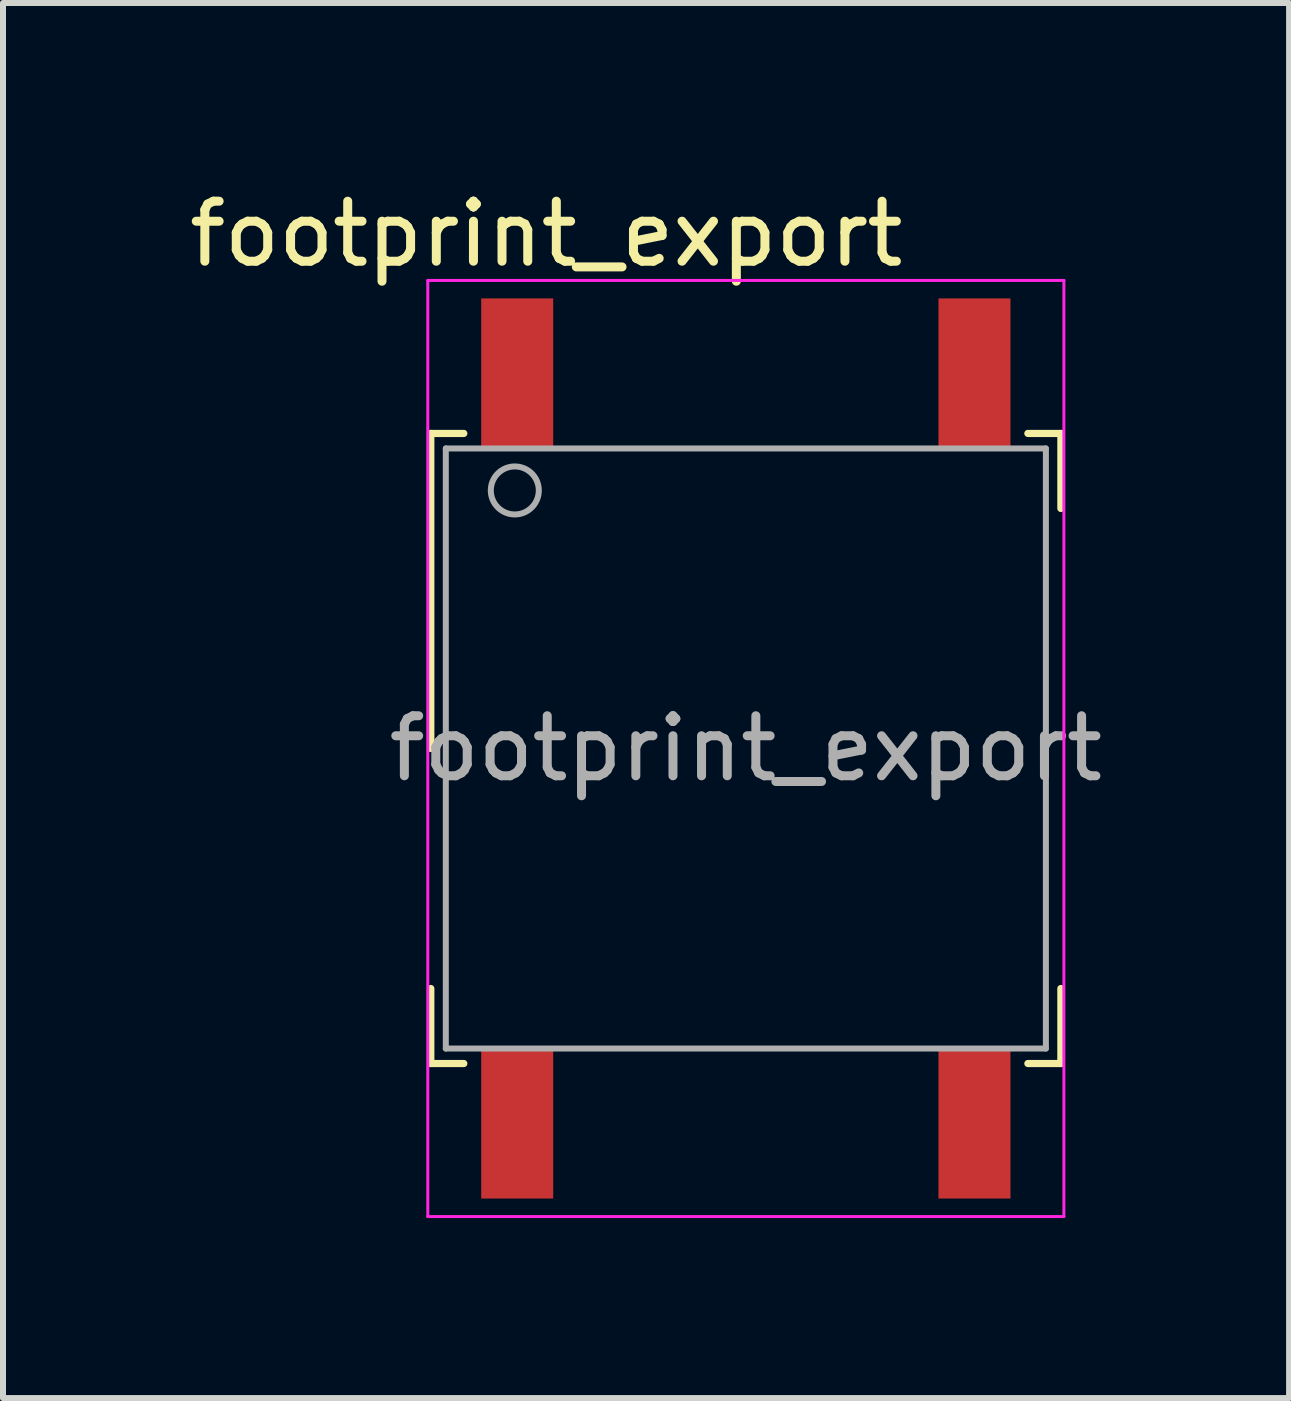
<source format=kicad_pcb>
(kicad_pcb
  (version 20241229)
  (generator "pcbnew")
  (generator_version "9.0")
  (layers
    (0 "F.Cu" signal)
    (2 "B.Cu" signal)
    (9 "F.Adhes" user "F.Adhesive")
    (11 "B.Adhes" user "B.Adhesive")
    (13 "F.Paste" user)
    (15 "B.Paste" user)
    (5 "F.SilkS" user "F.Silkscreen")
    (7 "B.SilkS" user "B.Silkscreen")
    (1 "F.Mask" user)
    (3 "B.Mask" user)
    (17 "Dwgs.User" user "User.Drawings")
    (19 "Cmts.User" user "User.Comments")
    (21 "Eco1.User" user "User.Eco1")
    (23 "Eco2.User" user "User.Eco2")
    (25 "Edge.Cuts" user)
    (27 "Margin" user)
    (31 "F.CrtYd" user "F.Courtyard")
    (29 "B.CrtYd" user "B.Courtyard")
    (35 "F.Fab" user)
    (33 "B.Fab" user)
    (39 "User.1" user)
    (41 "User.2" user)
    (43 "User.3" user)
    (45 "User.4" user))
  (footprint "footprint_export"
    (layer "F.Cu")
    (at 9.379 9.423)
    (property "Reference" "footprint_export" (at -3.325 -8.575 180) (layer "F.SilkS") (effects (font (size 1 1) (thickness 0.15))))
    (attr smd)
    (fp_line (start -5.25 -5.25) (end -5.25 0) (stroke (width 0.12) (type solid)) (layer "F.SilkS"))
    (fp_line (start -5.25 5.25) (end -5.25 4) (stroke (width 0.12) (type solid)) (layer "F.SilkS"))
    (fp_line (start -4.7 -5.25) (end -5.25 -5.25) (stroke (width 0.12) (type solid)) (layer "F.SilkS"))
    (fp_line (start -4.7 5.25) (end -5.25 5.25) (stroke (width 0.12) (type solid)) (layer "F.SilkS"))
    (fp_line (start 4.7 -5.25) (end 5.25 -5.25) (stroke (width 0.12) (type solid)) (layer "F.SilkS"))
    (fp_line (start 4.7 5.25) (end 5.25 5.25) (stroke (width 0.12) (type solid)) (layer "F.SilkS"))
    (fp_line (start 5.25 -5.25) (end 5.25 -4) (stroke (width 0.12) (type solid)) (layer "F.SilkS"))
    (fp_line (start 5.25 5.25) (end 5.25 4) (stroke (width 0.12) (type solid)) (layer "F.SilkS"))
    (fp_line (start -5.3 -7.8) (end 5.3 -7.8) (stroke (width 0.05) (type solid)) (layer "F.CrtYd"))
    (fp_line (start -5.3 7.8) (end -5.3 -7.8) (stroke (width 0.05) (type solid)) (layer "F.CrtYd"))
    (fp_line (start 5.3 -7.8) (end 5.3 7.8) (stroke (width 0.05) (type solid)) (layer "F.CrtYd"))
    (fp_line (start 5.3 7.8) (end -5.3 7.8) (stroke (width 0.05) (type solid)) (layer "F.CrtYd"))
    (fp_line (start -5 -5) (end 5 -5) (stroke (width 0.1) (type solid)) (layer "F.Fab"))
    (fp_line (start -5 5) (end -5 -5) (stroke (width 0.1) (type solid)) (layer "F.Fab"))
    (fp_line (start 5 -5) (end 5 5) (stroke (width 0.1) (type solid)) (layer "F.Fab"))
    (fp_line (start 5 5) (end -5 5) (stroke (width 0.1) (type solid)) (layer "F.Fab"))
    (fp_circle (center -3.85 -4.3) (end -3.85 -4.7) (stroke (width 0.1) (type solid)) (fill no) (layer "F.Fab"))
    (fp_text user "${REFERENCE}" (at 0 0 0) (layer "F.Fab") (effects (font (size 1 1) (thickness 0.15))))
    (pad "1" smd rect (at -3.81 -6.25 90) (size 2.5 1.2) (layers "F.Cu" "F.Mask" "F.Paste"))
    (pad "2" smd rect (at -3.81 6.25 90) (size 2.5 1.2) (layers "F.Cu" "F.Mask" "F.Paste"))
    (pad "3" smd rect (at 3.81 -6.25 90) (size 2.5 1.2) (layers "F.Cu" "F.Mask" "F.Paste"))
    (pad "4" smd rect (at 3.81 6.25 90) (size 2.5 1.2) (layers "F.Cu" "F.Mask" "F.Paste")))
  (gr_rect
    (start -3 -3)
    (end 18.432 20.248)
    (stroke (width 0.1) (type default))
    (fill no)
    (layer "Edge.Cuts")))
</source>
